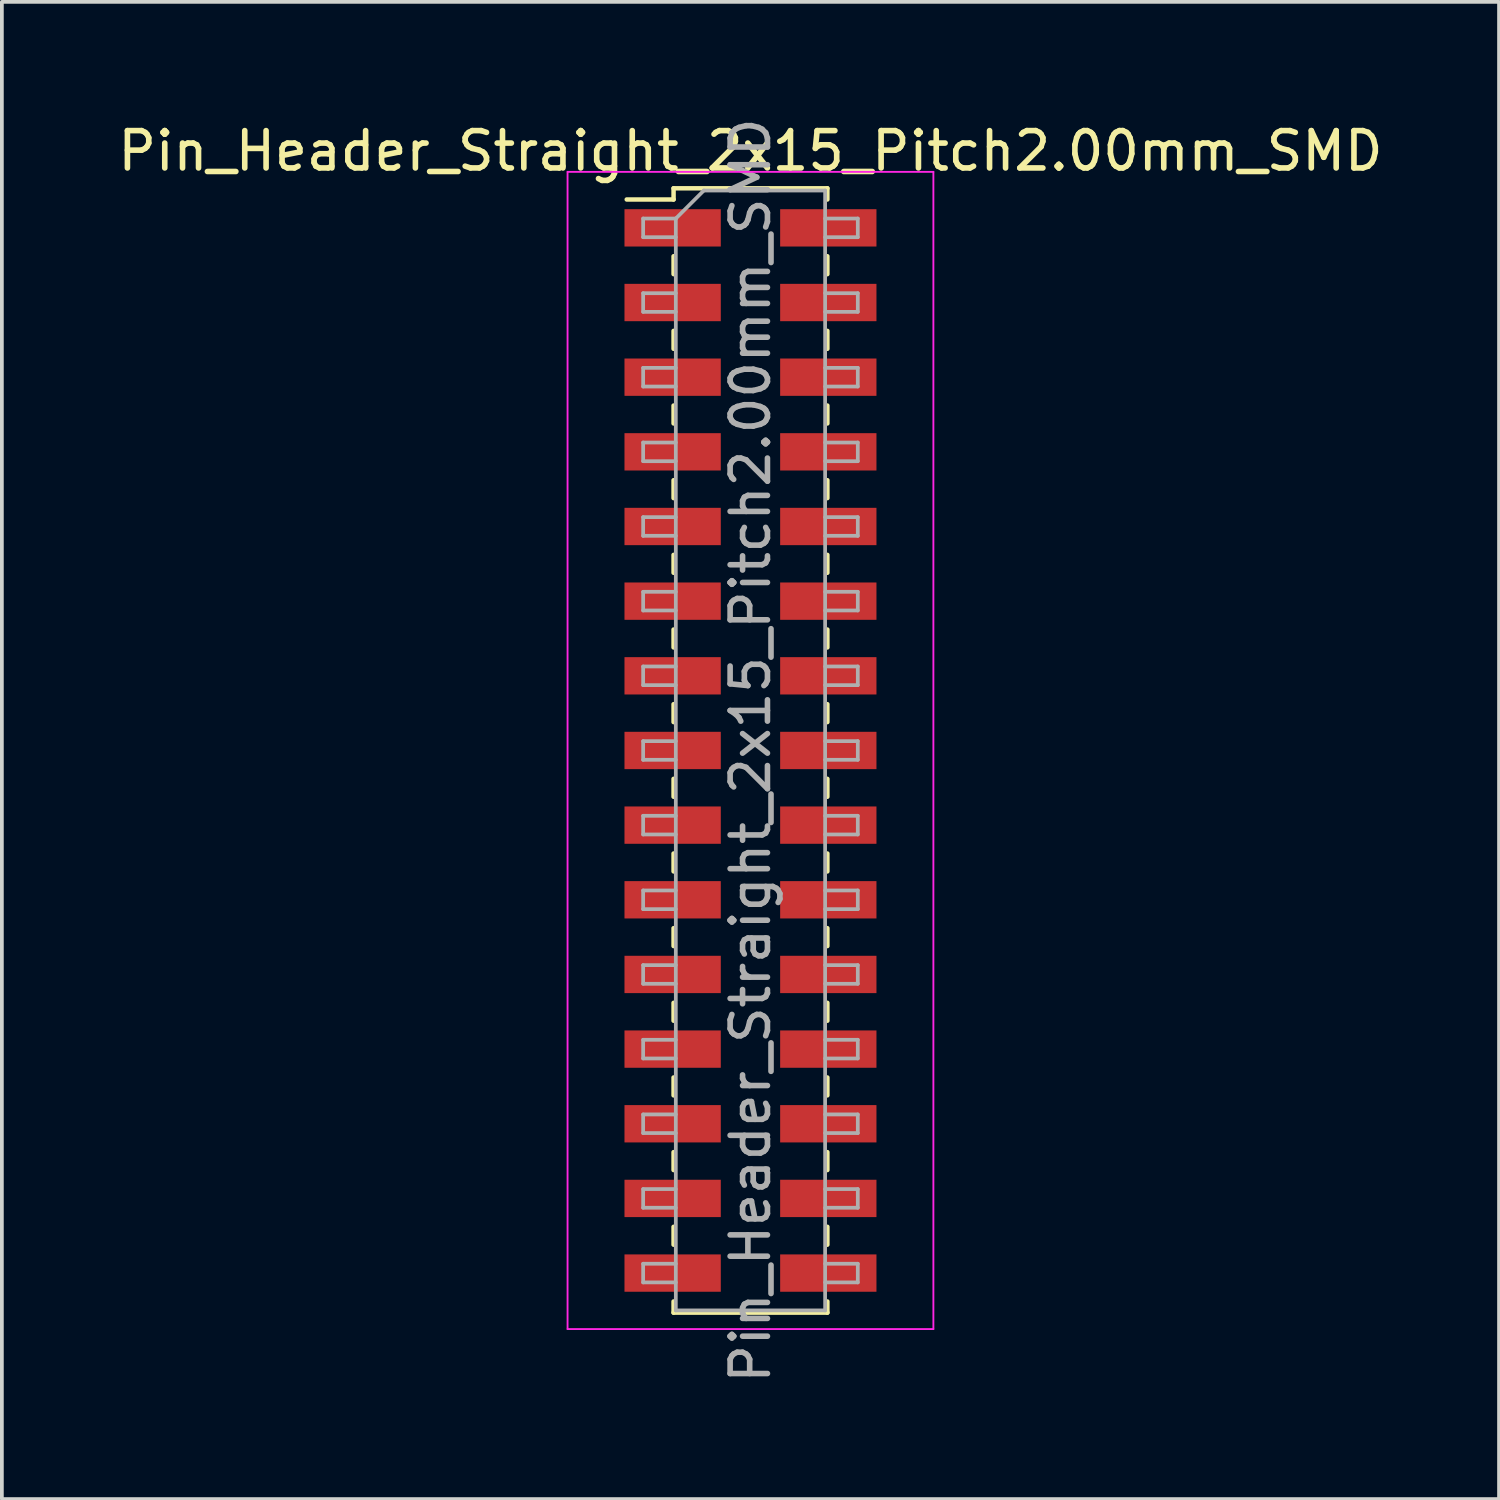
<source format=kicad_pcb>
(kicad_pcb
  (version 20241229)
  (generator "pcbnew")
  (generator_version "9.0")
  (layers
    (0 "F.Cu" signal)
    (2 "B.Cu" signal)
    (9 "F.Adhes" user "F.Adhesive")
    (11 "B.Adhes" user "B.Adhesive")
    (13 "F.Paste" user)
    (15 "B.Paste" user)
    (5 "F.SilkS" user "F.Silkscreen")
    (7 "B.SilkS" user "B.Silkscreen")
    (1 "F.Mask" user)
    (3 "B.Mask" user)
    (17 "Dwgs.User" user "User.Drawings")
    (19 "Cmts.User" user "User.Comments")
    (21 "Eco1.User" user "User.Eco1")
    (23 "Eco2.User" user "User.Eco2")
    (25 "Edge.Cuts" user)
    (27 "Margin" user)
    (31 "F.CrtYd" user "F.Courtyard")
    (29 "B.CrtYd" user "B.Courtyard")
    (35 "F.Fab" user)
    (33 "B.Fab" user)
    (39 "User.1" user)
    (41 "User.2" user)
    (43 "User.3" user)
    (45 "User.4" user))
  (footprint "Pin_Header_Straight_2x15_Pitch2.00mm_SMD"
    (layer "F.Cu")
    (at 17.054 17.054)
    (property "Reference" "Pin_Header_Straight_2x15_Pitch2.00mm_SMD" (at 0 -16.06 0) (layer "F.SilkS") (effects (font (size 1 1) (thickness 0.15))))
    (attr smd)
    (fp_line (start -3.315 -14.76) (end -2.06 -14.76) (stroke (width 0.12) (type solid)) (layer "F.SilkS"))
    (fp_line (start -2.06 -15.06) (end -2.06 -14.76) (stroke (width 0.12) (type solid)) (layer "F.SilkS"))
    (fp_line (start -2.06 -15.06) (end 2.06 -15.06) (stroke (width 0.12) (type solid)) (layer "F.SilkS"))
    (fp_line (start -2.06 -13.24) (end -2.06 -12.76) (stroke (width 0.12) (type solid)) (layer "F.SilkS"))
    (fp_line (start -2.06 -11.24) (end -2.06 -10.76) (stroke (width 0.12) (type solid)) (layer "F.SilkS"))
    (fp_line (start -2.06 -9.24) (end -2.06 -8.76) (stroke (width 0.12) (type solid)) (layer "F.SilkS"))
    (fp_line (start -2.06 -7.24) (end -2.06 -6.76) (stroke (width 0.12) (type solid)) (layer "F.SilkS"))
    (fp_line (start -2.06 -5.24) (end -2.06 -4.76) (stroke (width 0.12) (type solid)) (layer "F.SilkS"))
    (fp_line (start -2.06 -3.24) (end -2.06 -2.76) (stroke (width 0.12) (type solid)) (layer "F.SilkS"))
    (fp_line (start -2.06 -1.24) (end -2.06 -0.76) (stroke (width 0.12) (type solid)) (layer "F.SilkS"))
    (fp_line (start -2.06 0.76) (end -2.06 1.24) (stroke (width 0.12) (type solid)) (layer "F.SilkS"))
    (fp_line (start -2.06 2.76) (end -2.06 3.24) (stroke (width 0.12) (type solid)) (layer "F.SilkS"))
    (fp_line (start -2.06 4.76) (end -2.06 5.24) (stroke (width 0.12) (type solid)) (layer "F.SilkS"))
    (fp_line (start -2.06 6.76) (end -2.06 7.24) (stroke (width 0.12) (type solid)) (layer "F.SilkS"))
    (fp_line (start -2.06 8.76) (end -2.06 9.24) (stroke (width 0.12) (type solid)) (layer "F.SilkS"))
    (fp_line (start -2.06 10.76) (end -2.06 11.24) (stroke (width 0.12) (type solid)) (layer "F.SilkS"))
    (fp_line (start -2.06 12.76) (end -2.06 13.24) (stroke (width 0.12) (type solid)) (layer "F.SilkS"))
    (fp_line (start -2.06 14.76) (end -2.06 15.06) (stroke (width 0.12) (type solid)) (layer "F.SilkS"))
    (fp_line (start -2.06 15.06) (end 2.06 15.06) (stroke (width 0.12) (type solid)) (layer "F.SilkS"))
    (fp_line (start 2.06 -15.06) (end 2.06 -14.76) (stroke (width 0.12) (type solid)) (layer "F.SilkS"))
    (fp_line (start 2.06 -13.24) (end 2.06 -12.76) (stroke (width 0.12) (type solid)) (layer "F.SilkS"))
    (fp_line (start 2.06 -11.24) (end 2.06 -10.76) (stroke (width 0.12) (type solid)) (layer "F.SilkS"))
    (fp_line (start 2.06 -9.24) (end 2.06 -8.76) (stroke (width 0.12) (type solid)) (layer "F.SilkS"))
    (fp_line (start 2.06 -7.24) (end 2.06 -6.76) (stroke (width 0.12) (type solid)) (layer "F.SilkS"))
    (fp_line (start 2.06 -5.24) (end 2.06 -4.76) (stroke (width 0.12) (type solid)) (layer "F.SilkS"))
    (fp_line (start 2.06 -3.24) (end 2.06 -2.76) (stroke (width 0.12) (type solid)) (layer "F.SilkS"))
    (fp_line (start 2.06 -1.24) (end 2.06 -0.76) (stroke (width 0.12) (type solid)) (layer "F.SilkS"))
    (fp_line (start 2.06 0.76) (end 2.06 1.24) (stroke (width 0.12) (type solid)) (layer "F.SilkS"))
    (fp_line (start 2.06 2.76) (end 2.06 3.24) (stroke (width 0.12) (type solid)) (layer "F.SilkS"))
    (fp_line (start 2.06 4.76) (end 2.06 5.24) (stroke (width 0.12) (type solid)) (layer "F.SilkS"))
    (fp_line (start 2.06 6.76) (end 2.06 7.24) (stroke (width 0.12) (type solid)) (layer "F.SilkS"))
    (fp_line (start 2.06 8.76) (end 2.06 9.24) (stroke (width 0.12) (type solid)) (layer "F.SilkS"))
    (fp_line (start 2.06 10.76) (end 2.06 11.24) (stroke (width 0.12) (type solid)) (layer "F.SilkS"))
    (fp_line (start 2.06 12.76) (end 2.06 13.24) (stroke (width 0.12) (type solid)) (layer "F.SilkS"))
    (fp_line (start 2.06 14.76) (end 2.06 15.06) (stroke (width 0.12) (type solid)) (layer "F.SilkS"))
    (fp_line (start -4.9 -15.5) (end -4.9 15.5) (stroke (width 0.05) (type solid)) (layer "F.CrtYd"))
    (fp_line (start -4.9 15.5) (end 4.9 15.5) (stroke (width 0.05) (type solid)) (layer "F.CrtYd"))
    (fp_line (start 4.9 -15.5) (end -4.9 -15.5) (stroke (width 0.05) (type solid)) (layer "F.CrtYd"))
    (fp_line (start 4.9 15.5) (end 4.9 -15.5) (stroke (width 0.05) (type solid)) (layer "F.CrtYd"))
    (fp_line (start -2.875 -14.25) (end -2.875 -13.75) (stroke (width 0.1) (type solid)) (layer "F.Fab"))
    (fp_line (start -2.875 -13.75) (end -2 -13.75) (stroke (width 0.1) (type solid)) (layer "F.Fab"))
    (fp_line (start -2.875 -12.25) (end -2.875 -11.75) (stroke (width 0.1) (type solid)) (layer "F.Fab"))
    (fp_line (start -2.875 -11.75) (end -2 -11.75) (stroke (width 0.1) (type solid)) (layer "F.Fab"))
    (fp_line (start -2.875 -10.25) (end -2.875 -9.75) (stroke (width 0.1) (type solid)) (layer "F.Fab"))
    (fp_line (start -2.875 -9.75) (end -2 -9.75) (stroke (width 0.1) (type solid)) (layer "F.Fab"))
    (fp_line (start -2.875 -8.25) (end -2.875 -7.75) (stroke (width 0.1) (type solid)) (layer "F.Fab"))
    (fp_line (start -2.875 -7.75) (end -2 -7.75) (stroke (width 0.1) (type solid)) (layer "F.Fab"))
    (fp_line (start -2.875 -6.25) (end -2.875 -5.75) (stroke (width 0.1) (type solid)) (layer "F.Fab"))
    (fp_line (start -2.875 -5.75) (end -2 -5.75) (stroke (width 0.1) (type solid)) (layer "F.Fab"))
    (fp_line (start -2.875 -4.25) (end -2.875 -3.75) (stroke (width 0.1) (type solid)) (layer "F.Fab"))
    (fp_line (start -2.875 -3.75) (end -2 -3.75) (stroke (width 0.1) (type solid)) (layer "F.Fab"))
    (fp_line (start -2.875 -2.25) (end -2.875 -1.75) (stroke (width 0.1) (type solid)) (layer "F.Fab"))
    (fp_line (start -2.875 -1.75) (end -2 -1.75) (stroke (width 0.1) (type solid)) (layer "F.Fab"))
    (fp_line (start -2.875 -0.25) (end -2.875 0.25) (stroke (width 0.1) (type solid)) (layer "F.Fab"))
    (fp_line (start -2.875 0.25) (end -2 0.25) (stroke (width 0.1) (type solid)) (layer "F.Fab"))
    (fp_line (start -2.875 1.75) (end -2.875 2.25) (stroke (width 0.1) (type solid)) (layer "F.Fab"))
    (fp_line (start -2.875 2.25) (end -2 2.25) (stroke (width 0.1) (type solid)) (layer "F.Fab"))
    (fp_line (start -2.875 3.75) (end -2.875 4.25) (stroke (width 0.1) (type solid)) (layer "F.Fab"))
    (fp_line (start -2.875 4.25) (end -2 4.25) (stroke (width 0.1) (type solid)) (layer "F.Fab"))
    (fp_line (start -2.875 5.75) (end -2.875 6.25) (stroke (width 0.1) (type solid)) (layer "F.Fab"))
    (fp_line (start -2.875 6.25) (end -2 6.25) (stroke (width 0.1) (type solid)) (layer "F.Fab"))
    (fp_line (start -2.875 7.75) (end -2.875 8.25) (stroke (width 0.1) (type solid)) (layer "F.Fab"))
    (fp_line (start -2.875 8.25) (end -2 8.25) (stroke (width 0.1) (type solid)) (layer "F.Fab"))
    (fp_line (start -2.875 9.75) (end -2.875 10.25) (stroke (width 0.1) (type solid)) (layer "F.Fab"))
    (fp_line (start -2.875 10.25) (end -2 10.25) (stroke (width 0.1) (type solid)) (layer "F.Fab"))
    (fp_line (start -2.875 11.75) (end -2.875 12.25) (stroke (width 0.1) (type solid)) (layer "F.Fab"))
    (fp_line (start -2.875 12.25) (end -2 12.25) (stroke (width 0.1) (type solid)) (layer "F.Fab"))
    (fp_line (start -2.875 13.75) (end -2.875 14.25) (stroke (width 0.1) (type solid)) (layer "F.Fab"))
    (fp_line (start -2.875 14.25) (end -2 14.25) (stroke (width 0.1) (type solid)) (layer "F.Fab"))
    (fp_line (start -2 -14.25) (end -2.875 -14.25) (stroke (width 0.1) (type solid)) (layer "F.Fab"))
    (fp_line (start -2 -14.25) (end -1.25 -15) (stroke (width 0.1) (type solid)) (layer "F.Fab"))
    (fp_line (start -2 -12.25) (end -2.875 -12.25) (stroke (width 0.1) (type solid)) (layer "F.Fab"))
    (fp_line (start -2 -10.25) (end -2.875 -10.25) (stroke (width 0.1) (type solid)) (layer "F.Fab"))
    (fp_line (start -2 -8.25) (end -2.875 -8.25) (stroke (width 0.1) (type solid)) (layer "F.Fab"))
    (fp_line (start -2 -6.25) (end -2.875 -6.25) (stroke (width 0.1) (type solid)) (layer "F.Fab"))
    (fp_line (start -2 -4.25) (end -2.875 -4.25) (stroke (width 0.1) (type solid)) (layer "F.Fab"))
    (fp_line (start -2 -2.25) (end -2.875 -2.25) (stroke (width 0.1) (type solid)) (layer "F.Fab"))
    (fp_line (start -2 -0.25) (end -2.875 -0.25) (stroke (width 0.1) (type solid)) (layer "F.Fab"))
    (fp_line (start -2 1.75) (end -2.875 1.75) (stroke (width 0.1) (type solid)) (layer "F.Fab"))
    (fp_line (start -2 3.75) (end -2.875 3.75) (stroke (width 0.1) (type solid)) (layer "F.Fab"))
    (fp_line (start -2 5.75) (end -2.875 5.75) (stroke (width 0.1) (type solid)) (layer "F.Fab"))
    (fp_line (start -2 7.75) (end -2.875 7.75) (stroke (width 0.1) (type solid)) (layer "F.Fab"))
    (fp_line (start -2 9.75) (end -2.875 9.75) (stroke (width 0.1) (type solid)) (layer "F.Fab"))
    (fp_line (start -2 11.75) (end -2.875 11.75) (stroke (width 0.1) (type solid)) (layer "F.Fab"))
    (fp_line (start -2 13.75) (end -2.875 13.75) (stroke (width 0.1) (type solid)) (layer "F.Fab"))
    (fp_line (start -2 15) (end -2 -14.25) (stroke (width 0.1) (type solid)) (layer "F.Fab"))
    (fp_line (start -1.25 -15) (end 2 -15) (stroke (width 0.1) (type solid)) (layer "F.Fab"))
    (fp_line (start 2 -15) (end 2 15) (stroke (width 0.1) (type solid)) (layer "F.Fab"))
    (fp_line (start 2 -14.25) (end 2.875 -14.25) (stroke (width 0.1) (type solid)) (layer "F.Fab"))
    (fp_line (start 2 -12.25) (end 2.875 -12.25) (stroke (width 0.1) (type solid)) (layer "F.Fab"))
    (fp_line (start 2 -10.25) (end 2.875 -10.25) (stroke (width 0.1) (type solid)) (layer "F.Fab"))
    (fp_line (start 2 -8.25) (end 2.875 -8.25) (stroke (width 0.1) (type solid)) (layer "F.Fab"))
    (fp_line (start 2 -6.25) (end 2.875 -6.25) (stroke (width 0.1) (type solid)) (layer "F.Fab"))
    (fp_line (start 2 -4.25) (end 2.875 -4.25) (stroke (width 0.1) (type solid)) (layer "F.Fab"))
    (fp_line (start 2 -2.25) (end 2.875 -2.25) (stroke (width 0.1) (type solid)) (layer "F.Fab"))
    (fp_line (start 2 -0.25) (end 2.875 -0.25) (stroke (width 0.1) (type solid)) (layer "F.Fab"))
    (fp_line (start 2 1.75) (end 2.875 1.75) (stroke (width 0.1) (type solid)) (layer "F.Fab"))
    (fp_line (start 2 3.75) (end 2.875 3.75) (stroke (width 0.1) (type solid)) (layer "F.Fab"))
    (fp_line (start 2 5.75) (end 2.875 5.75) (stroke (width 0.1) (type solid)) (layer "F.Fab"))
    (fp_line (start 2 7.75) (end 2.875 7.75) (stroke (width 0.1) (type solid)) (layer "F.Fab"))
    (fp_line (start 2 9.75) (end 2.875 9.75) (stroke (width 0.1) (type solid)) (layer "F.Fab"))
    (fp_line (start 2 11.75) (end 2.875 11.75) (stroke (width 0.1) (type solid)) (layer "F.Fab"))
    (fp_line (start 2 13.75) (end 2.875 13.75) (stroke (width 0.1) (type solid)) (layer "F.Fab"))
    (fp_line (start 2 15) (end -2 15) (stroke (width 0.1) (type solid)) (layer "F.Fab"))
    (fp_line (start 2.875 -14.25) (end 2.875 -13.75) (stroke (width 0.1) (type solid)) (layer "F.Fab"))
    (fp_line (start 2.875 -13.75) (end 2 -13.75) (stroke (width 0.1) (type solid)) (layer "F.Fab"))
    (fp_line (start 2.875 -12.25) (end 2.875 -11.75) (stroke (width 0.1) (type solid)) (layer "F.Fab"))
    (fp_line (start 2.875 -11.75) (end 2 -11.75) (stroke (width 0.1) (type solid)) (layer "F.Fab"))
    (fp_line (start 2.875 -10.25) (end 2.875 -9.75) (stroke (width 0.1) (type solid)) (layer "F.Fab"))
    (fp_line (start 2.875 -9.75) (end 2 -9.75) (stroke (width 0.1) (type solid)) (layer "F.Fab"))
    (fp_line (start 2.875 -8.25) (end 2.875 -7.75) (stroke (width 0.1) (type solid)) (layer "F.Fab"))
    (fp_line (start 2.875 -7.75) (end 2 -7.75) (stroke (width 0.1) (type solid)) (layer "F.Fab"))
    (fp_line (start 2.875 -6.25) (end 2.875 -5.75) (stroke (width 0.1) (type solid)) (layer "F.Fab"))
    (fp_line (start 2.875 -5.75) (end 2 -5.75) (stroke (width 0.1) (type solid)) (layer "F.Fab"))
    (fp_line (start 2.875 -4.25) (end 2.875 -3.75) (stroke (width 0.1) (type solid)) (layer "F.Fab"))
    (fp_line (start 2.875 -3.75) (end 2 -3.75) (stroke (width 0.1) (type solid)) (layer "F.Fab"))
    (fp_line (start 2.875 -2.25) (end 2.875 -1.75) (stroke (width 0.1) (type solid)) (layer "F.Fab"))
    (fp_line (start 2.875 -1.75) (end 2 -1.75) (stroke (width 0.1) (type solid)) (layer "F.Fab"))
    (fp_line (start 2.875 -0.25) (end 2.875 0.25) (stroke (width 0.1) (type solid)) (layer "F.Fab"))
    (fp_line (start 2.875 0.25) (end 2 0.25) (stroke (width 0.1) (type solid)) (layer "F.Fab"))
    (fp_line (start 2.875 1.75) (end 2.875 2.25) (stroke (width 0.1) (type solid)) (layer "F.Fab"))
    (fp_line (start 2.875 2.25) (end 2 2.25) (stroke (width 0.1) (type solid)) (layer "F.Fab"))
    (fp_line (start 2.875 3.75) (end 2.875 4.25) (stroke (width 0.1) (type solid)) (layer "F.Fab"))
    (fp_line (start 2.875 4.25) (end 2 4.25) (stroke (width 0.1) (type solid)) (layer "F.Fab"))
    (fp_line (start 2.875 5.75) (end 2.875 6.25) (stroke (width 0.1) (type solid)) (layer "F.Fab"))
    (fp_line (start 2.875 6.25) (end 2 6.25) (stroke (width 0.1) (type solid)) (layer "F.Fab"))
    (fp_line (start 2.875 7.75) (end 2.875 8.25) (stroke (width 0.1) (type solid)) (layer "F.Fab"))
    (fp_line (start 2.875 8.25) (end 2 8.25) (stroke (width 0.1) (type solid)) (layer "F.Fab"))
    (fp_line (start 2.875 9.75) (end 2.875 10.25) (stroke (width 0.1) (type solid)) (layer "F.Fab"))
    (fp_line (start 2.875 10.25) (end 2 10.25) (stroke (width 0.1) (type solid)) (layer "F.Fab"))
    (fp_line (start 2.875 11.75) (end 2.875 12.25) (stroke (width 0.1) (type solid)) (layer "F.Fab"))
    (fp_line (start 2.875 12.25) (end 2 12.25) (stroke (width 0.1) (type solid)) (layer "F.Fab"))
    (fp_line (start 2.875 13.75) (end 2.875 14.25) (stroke (width 0.1) (type solid)) (layer "F.Fab"))
    (fp_line (start 2.875 14.25) (end 2 14.25) (stroke (width 0.1) (type solid)) (layer "F.Fab"))
    (fp_text user "${REFERENCE}" (at 0 0 90) (layer "F.Fab") (effects (font (size 1 1) (thickness 0.15))))
    (pad "1" smd rect (at -2.085 -14) (size 2.58 1) (layers "F.Cu" "F.Mask" "F.Paste"))
    (pad "2" smd rect (at 2.085 -14) (size 2.58 1) (layers "F.Cu" "F.Mask" "F.Paste"))
    (pad "3" smd rect (at -2.085 -12) (size 2.58 1) (layers "F.Cu" "F.Mask" "F.Paste"))
    (pad "4" smd rect (at 2.085 -12) (size 2.58 1) (layers "F.Cu" "F.Mask" "F.Paste"))
    (pad "5" smd rect (at -2.085 -10) (size 2.58 1) (layers "F.Cu" "F.Mask" "F.Paste"))
    (pad "6" smd rect (at 2.085 -10) (size 2.58 1) (layers "F.Cu" "F.Mask" "F.Paste"))
    (pad "7" smd rect (at -2.085 -8) (size 2.58 1) (layers "F.Cu" "F.Mask" "F.Paste"))
    (pad "8" smd rect (at 2.085 -8) (size 2.58 1) (layers "F.Cu" "F.Mask" "F.Paste"))
    (pad "9" smd rect (at -2.085 -6) (size 2.58 1) (layers "F.Cu" "F.Mask" "F.Paste"))
    (pad "10" smd rect (at 2.085 -6) (size 2.58 1) (layers "F.Cu" "F.Mask" "F.Paste"))
    (pad "11" smd rect (at -2.085 -4) (size 2.58 1) (layers "F.Cu" "F.Mask" "F.Paste"))
    (pad "12" smd rect (at 2.085 -4) (size 2.58 1) (layers "F.Cu" "F.Mask" "F.Paste"))
    (pad "13" smd rect (at -2.085 -2) (size 2.58 1) (layers "F.Cu" "F.Mask" "F.Paste"))
    (pad "14" smd rect (at 2.085 -2) (size 2.58 1) (layers "F.Cu" "F.Mask" "F.Paste"))
    (pad "15" smd rect (at -2.085 0) (size 2.58 1) (layers "F.Cu" "F.Mask" "F.Paste"))
    (pad "16" smd rect (at 2.085 0) (size 2.58 1) (layers "F.Cu" "F.Mask" "F.Paste"))
    (pad "17" smd rect (at -2.085 2) (size 2.58 1) (layers "F.Cu" "F.Mask" "F.Paste"))
    (pad "18" smd rect (at 2.085 2) (size 2.58 1) (layers "F.Cu" "F.Mask" "F.Paste"))
    (pad "19" smd rect (at -2.085 4) (size 2.58 1) (layers "F.Cu" "F.Mask" "F.Paste"))
    (pad "20" smd rect (at 2.085 4) (size 2.58 1) (layers "F.Cu" "F.Mask" "F.Paste"))
    (pad "21" smd rect (at -2.085 6) (size 2.58 1) (layers "F.Cu" "F.Mask" "F.Paste"))
    (pad "22" smd rect (at 2.085 6) (size 2.58 1) (layers "F.Cu" "F.Mask" "F.Paste"))
    (pad "23" smd rect (at -2.085 8) (size 2.58 1) (layers "F.Cu" "F.Mask" "F.Paste"))
    (pad "24" smd rect (at 2.085 8) (size 2.58 1) (layers "F.Cu" "F.Mask" "F.Paste"))
    (pad "25" smd rect (at -2.085 10) (size 2.58 1) (layers "F.Cu" "F.Mask" "F.Paste"))
    (pad "26" smd rect (at 2.085 10) (size 2.58 1) (layers "F.Cu" "F.Mask" "F.Paste"))
    (pad "27" smd rect (at -2.085 12) (size 2.58 1) (layers "F.Cu" "F.Mask" "F.Paste"))
    (pad "28" smd rect (at 2.085 12) (size 2.58 1) (layers "F.Cu" "F.Mask" "F.Paste"))
    (pad "29" smd rect (at -2.085 14) (size 2.58 1) (layers "F.Cu" "F.Mask" "F.Paste"))
    (pad "30" smd rect (at 2.085 14) (size 2.58 1) (layers "F.Cu" "F.Mask" "F.Paste")))
  (gr_rect
    (start -3 -3)
    (end 37.107 37.107)
    (stroke (width 0.1) (type default))
    (fill no)
    (layer "Edge.Cuts")))
</source>
